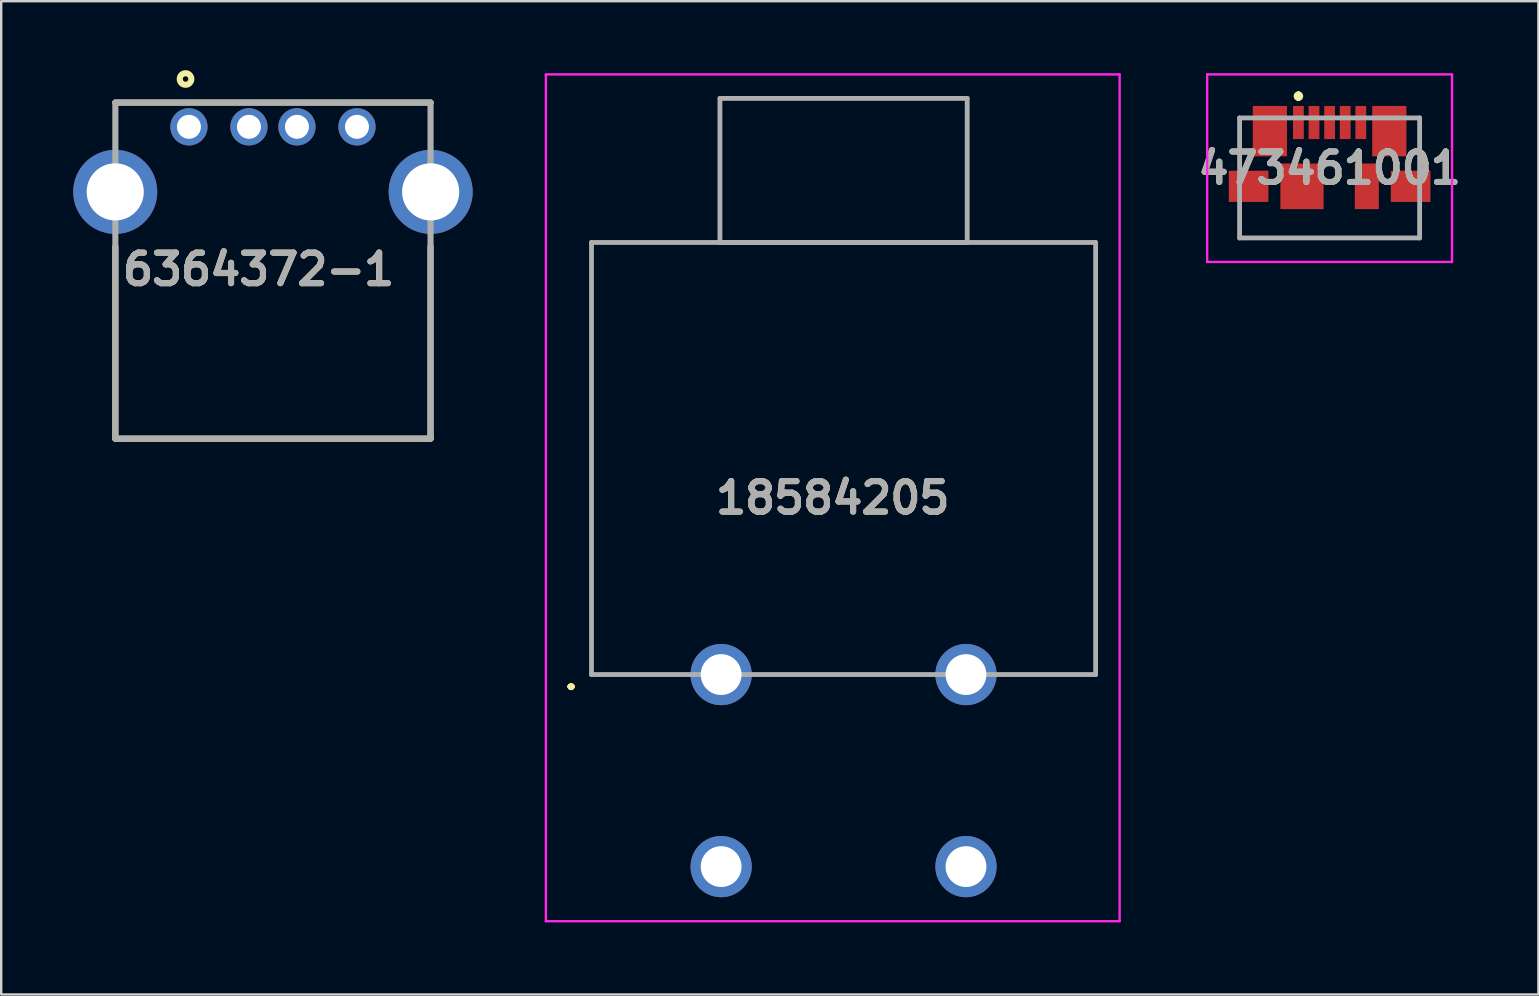
<source format=kicad_pcb>
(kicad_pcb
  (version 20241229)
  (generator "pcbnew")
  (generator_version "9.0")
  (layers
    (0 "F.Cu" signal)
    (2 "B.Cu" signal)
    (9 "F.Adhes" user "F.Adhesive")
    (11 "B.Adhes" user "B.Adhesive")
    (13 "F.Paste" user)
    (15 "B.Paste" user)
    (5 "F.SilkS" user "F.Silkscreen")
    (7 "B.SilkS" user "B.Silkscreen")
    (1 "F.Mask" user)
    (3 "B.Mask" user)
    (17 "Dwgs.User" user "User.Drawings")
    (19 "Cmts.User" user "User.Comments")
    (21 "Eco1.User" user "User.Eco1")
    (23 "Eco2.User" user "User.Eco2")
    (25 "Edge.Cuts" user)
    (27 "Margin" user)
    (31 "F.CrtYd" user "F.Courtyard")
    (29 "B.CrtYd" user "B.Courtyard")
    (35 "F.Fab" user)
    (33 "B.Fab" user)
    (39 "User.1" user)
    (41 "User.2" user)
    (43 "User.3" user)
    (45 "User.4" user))
  (footprint "6364372-1"
    (layer "F.Cu")
    (at 8.32 15.223)
    (property "Reference" "6364372-1" (at -0.597 -7.052 0) (layer "F.SilkS") (effects (font (size 1.27 1.27) (thickness 0.254))))
    (attr through_hole)
    (fp_line (start -6.565 -14) (end 6.565 -14) (stroke (width 0.254) (type solid)) (layer "F.SilkS"))
    (fp_line (start -6.565 0) (end -6.565 -8) (stroke (width 0.254) (type solid)) (layer "F.SilkS"))
    (fp_line (start 6.565 0) (end -6.565 0) (stroke (width 0.254) (type solid)) (layer "F.SilkS"))
    (fp_line (start 6.565 0) (end 6.565 -8) (stroke (width 0.254) (type solid)) (layer "F.SilkS"))
    (fp_circle (center -3.641 -14.982) (end -3.641 -14.868) (stroke (width 0.254) (type solid)) (fill no) (layer "F.SilkS"))
    (fp_line (start -6.565 -14) (end 6.565 -14) (stroke (width 0.254) (type solid)) (layer "F.Fab"))
    (fp_line (start -6.565 0) (end -6.565 -14) (stroke (width 0.254) (type solid)) (layer "F.Fab"))
    (fp_line (start 6.565 -14) (end 6.565 0) (stroke (width 0.254) (type solid)) (layer "F.Fab"))
    (fp_line (start 6.565 0) (end -6.565 0) (stroke (width 0.254) (type solid)) (layer "F.Fab"))
    (fp_text user "${REFERENCE}" (at -0.597 -7.052 0) (layer "F.Fab") (effects (font (size 1.27 1.27) (thickness 0.254))))
    (pad "1" thru_hole circle (at -3.5 -12.99) (size 1.55 1.55) (drill 1) (layers "*.Cu" "*.Mask"))
    (pad "2" thru_hole circle (at -1 -12.99) (size 1.55 1.55) (drill 1) (layers "*.Cu" "*.Mask"))
    (pad "3" thru_hole circle (at 1 -12.99) (size 1.55 1.55) (drill 1) (layers "*.Cu" "*.Mask"))
    (pad "4" thru_hole circle (at 3.5 -12.99) (size 1.55 1.55) (drill 1) (layers "*.Cu" "*.Mask"))
    (pad "5" thru_hole circle (at -6.57 -10.28) (size 3.5 3.5) (drill 2.38) (layers "*.Cu" "*.Mask"))
    (pad "6" thru_hole circle (at 6.57 -10.28) (size 3.5 3.5) (drill 2.38) (layers "*.Cu" "*.Mask")))
  (footprint "18584205"
    (layer "F.Cu")
    (at 26.99 25.05)
    (property "Reference" "18584205" (at 4.65 -7.363 0) (layer "F.SilkS") (effects (font (size 1.27 1.27) (thickness 0.254))))
    (attr through_hole)
    (fp_line (start -6.3 0.5) (end -6.3 0.5) (stroke (width 0.2) (type solid)) (layer "F.SilkS"))
    (fp_line (start -6.3 0.5) (end -6.3 0.5) (stroke (width 0.2) (type solid)) (layer "F.SilkS"))
    (fp_line (start -6.2 0.5) (end -6.2 0.5) (stroke (width 0.2) (type solid)) (layer "F.SilkS"))
    (fp_line (start -5.4 -18) (end -5.4 -18) (stroke (width 0.1) (type solid)) (layer "F.SilkS"))
    (fp_line (start -5.4 -18) (end -5.4 -18) (stroke (width 0.1) (type solid)) (layer "F.SilkS"))
    (fp_line (start -5.4 -18) (end -5.4 0) (stroke (width 0.1) (type solid)) (layer "F.SilkS"))
    (fp_line (start -5.4 -18) (end -0.05 -18) (stroke (width 0.1) (type solid)) (layer "F.SilkS"))
    (fp_line (start -5.4 0) (end -5.4 -18) (stroke (width 0.1) (type solid)) (layer "F.SilkS"))
    (fp_line (start -5.4 0) (end -5.4 0) (stroke (width 0.1) (type solid)) (layer "F.SilkS"))
    (fp_line (start -5.4 0) (end -5.4 0) (stroke (width 0.1) (type solid)) (layer "F.SilkS"))
    (fp_line (start -5.4 0) (end -1.9 0) (stroke (width 0.1) (type solid)) (layer "F.SilkS"))
    (fp_line (start -1.9 0) (end -5.4 0) (stroke (width 0.1) (type solid)) (layer "F.SilkS"))
    (fp_line (start -1.9 0) (end -1.9 0) (stroke (width 0.1) (type solid)) (layer "F.SilkS"))
    (fp_line (start -0.05 -24) (end -0.05 -24) (stroke (width 0.1) (type solid)) (layer "F.SilkS"))
    (fp_line (start -0.05 -24) (end -0.05 -24) (stroke (width 0.1) (type solid)) (layer "F.SilkS"))
    (fp_line (start -0.05 -24) (end -0.05 -18) (stroke (width 0.1) (type solid)) (layer "F.SilkS"))
    (fp_line (start -0.05 -24) (end 10.25 -24) (stroke (width 0.1) (type solid)) (layer "F.SilkS"))
    (fp_line (start -0.05 -18) (end -5.4 -18) (stroke (width 0.1) (type solid)) (layer "F.SilkS"))
    (fp_line (start -0.05 -18) (end -0.05 -24) (stroke (width 0.1) (type solid)) (layer "F.SilkS"))
    (fp_line (start -0.05 -18) (end -0.05 -18) (stroke (width 0.1) (type solid)) (layer "F.SilkS"))
    (fp_line (start -0.05 -18) (end -0.05 -18) (stroke (width 0.1) (type solid)) (layer "F.SilkS"))
    (fp_line (start -0.05 -18) (end -0.05 -18) (stroke (width 0.1) (type solid)) (layer "F.SilkS"))
    (fp_line (start -0.05 -18) (end 15.6 -18) (stroke (width 0.1) (type solid)) (layer "F.SilkS"))
    (fp_line (start 1.85 0) (end 1.85 0) (stroke (width 0.1) (type solid)) (layer "F.SilkS"))
    (fp_line (start 1.85 0) (end 8.35 0) (stroke (width 0.1) (type solid)) (layer "F.SilkS"))
    (fp_line (start 8.35 0) (end 1.85 0) (stroke (width 0.1) (type solid)) (layer "F.SilkS"))
    (fp_line (start 8.35 0) (end 8.35 0) (stroke (width 0.1) (type solid)) (layer "F.SilkS"))
    (fp_line (start 10.25 -24) (end -0.05 -24) (stroke (width 0.1) (type solid)) (layer "F.SilkS"))
    (fp_line (start 10.25 -24) (end 10.25 -24) (stroke (width 0.1) (type solid)) (layer "F.SilkS"))
    (fp_line (start 10.25 -24) (end 10.25 -24) (stroke (width 0.1) (type solid)) (layer "F.SilkS"))
    (fp_line (start 10.25 -24) (end 10.25 -18) (stroke (width 0.1) (type solid)) (layer "F.SilkS"))
    (fp_line (start 10.25 -18) (end 10.25 -24) (stroke (width 0.1) (type solid)) (layer "F.SilkS"))
    (fp_line (start 10.25 -18) (end 10.25 -18) (stroke (width 0.1) (type solid)) (layer "F.SilkS"))
    (fp_line (start 12.1 0) (end 12.1 0) (stroke (width 0.1) (type solid)) (layer "F.SilkS"))
    (fp_line (start 12.1 0) (end 15.6 0) (stroke (width 0.1) (type solid)) (layer "F.SilkS"))
    (fp_line (start 15.6 -18) (end -0.05 -18) (stroke (width 0.1) (type solid)) (layer "F.SilkS"))
    (fp_line (start 15.6 -18) (end 15.6 -18) (stroke (width 0.1) (type solid)) (layer "F.SilkS"))
    (fp_line (start 15.6 -18) (end 15.6 -18) (stroke (width 0.1) (type solid)) (layer "F.SilkS"))
    (fp_line (start 15.6 -18) (end 15.6 0) (stroke (width 0.1) (type solid)) (layer "F.SilkS"))
    (fp_line (start 15.6 0) (end 12.1 0) (stroke (width 0.1) (type solid)) (layer "F.SilkS"))
    (fp_line (start 15.6 0) (end 15.6 -18) (stroke (width 0.1) (type solid)) (layer "F.SilkS"))
    (fp_line (start 15.6 0) (end 15.6 0) (stroke (width 0.1) (type solid)) (layer "F.SilkS"))
    (fp_line (start 15.6 0) (end 15.6 0) (stroke (width 0.1) (type solid)) (layer "F.SilkS"))
    (fp_arc (start -6.3 0.5) (mid -6.25 0.45) (end -6.2 0.5) (stroke (width 0.2) (type solid)) (layer "F.SilkS"))
    (fp_arc (start -6.2 0.5) (mid -6.25 0.55) (end -6.3 0.5) (stroke (width 0.2) (type solid)) (layer "F.SilkS"))
    (fp_arc (start -6.2 0.5) (mid -6.25 0.55) (end -6.3 0.5) (stroke (width 0.2) (type solid)) (layer "F.SilkS"))
    (fp_line (start -7.3 -25) (end 16.6 -25) (stroke (width 0.1) (type solid)) (layer "F.CrtYd"))
    (fp_line (start -7.3 10.275) (end -7.3 -25) (stroke (width 0.1) (type solid)) (layer "F.CrtYd"))
    (fp_line (start 16.6 -25) (end 16.6 10.275) (stroke (width 0.1) (type solid)) (layer "F.CrtYd"))
    (fp_line (start 16.6 10.275) (end -7.3 10.275) (stroke (width 0.1) (type solid)) (layer "F.CrtYd"))
    (fp_line (start -5.4 -18) (end -5.4 0) (stroke (width 0.2) (type solid)) (layer "F.Fab"))
    (fp_line (start -5.4 0) (end 15.6 0) (stroke (width 0.2) (type solid)) (layer "F.Fab"))
    (fp_line (start -0.05 -24) (end -0.05 -18) (stroke (width 0.2) (type solid)) (layer "F.Fab"))
    (fp_line (start -0.05 -18) (end 10.25 -18) (stroke (width 0.2) (type solid)) (layer "F.Fab"))
    (fp_line (start 10.25 -24) (end -0.05 -24) (stroke (width 0.2) (type solid)) (layer "F.Fab"))
    (fp_line (start 10.25 -18) (end 10.25 -24) (stroke (width 0.2) (type solid)) (layer "F.Fab"))
    (fp_line (start 15.6 -18) (end -5.4 -18) (stroke (width 0.2) (type solid)) (layer "F.Fab"))
    (fp_line (start 15.6 0) (end 15.6 -18) (stroke (width 0.2) (type solid)) (layer "F.Fab"))
    (fp_text user "${REFERENCE}" (at 4.65 -7.363 0) (layer "F.Fab") (effects (font (size 1.27 1.27) (thickness 0.254))))
    (pad "1" thru_hole circle (at 0 0) (size 2.55 2.55) (drill 1.7) (layers "*.Cu" "*.Mask"))
    (pad "2" thru_hole circle (at 0 8) (size 2.55 2.55) (drill 1.7) (layers "*.Cu" "*.Mask"))
    (pad "3" thru_hole circle (at 10.2 8) (size 2.55 2.55) (drill 1.7) (layers "*.Cu" "*.Mask"))
    (pad "4" thru_hole circle (at 10.2 0) (size 2.55 2.55) (drill 1.7) (layers "*.Cu" "*.Mask")))
  (footprint "473461001"
    (layer "F.Cu")
    (at 52.337 3.956)
    (property "Reference" "473461001" (at 0 0 0) (layer "F.SilkS") (effects (font (size 1.27 1.27) (thickness 0.254))))
    (attr smd)
    (fp_line (start -3.75 -2.094) (end -3.75 -0.467) (stroke (width 0.1) (type solid)) (layer "F.SilkS"))
    (fp_line (start -1.3 -3.1) (end -1.3 -3.1) (stroke (width 0.2) (type solid)) (layer "F.SilkS"))
    (fp_line (start -1.3 -2.9) (end -1.3 -2.9) (stroke (width 0.2) (type solid)) (layer "F.SilkS"))
    (fp_line (start 3.75 -2.094) (end 3.75 -0.467) (stroke (width 0.1) (type solid)) (layer "F.SilkS"))
    (fp_line (start 3.75 2.906) (end -3.75 2.906) (stroke (width 0.1) (type solid)) (layer "F.SilkS"))
    (fp_arc (start -1.3 -3.1) (mid -1.2 -3) (end -1.3 -2.9) (stroke (width 0.2) (type solid)) (layer "F.SilkS"))
    (fp_arc (start -1.3 -2.9) (mid -1.4 -3) (end -1.3 -3.1) (stroke (width 0.2) (type solid)) (layer "F.SilkS"))
    (fp_line (start -5.1 -3.906) (end 5.1 -3.906) (stroke (width 0.1) (type solid)) (layer "F.CrtYd"))
    (fp_line (start -5.1 3.906) (end -5.1 -3.906) (stroke (width 0.1) (type solid)) (layer "F.CrtYd"))
    (fp_line (start 5.1 -3.906) (end 5.1 3.906) (stroke (width 0.1) (type solid)) (layer "F.CrtYd"))
    (fp_line (start 5.1 3.906) (end -5.1 3.906) (stroke (width 0.1) (type solid)) (layer "F.CrtYd"))
    (fp_line (start -3.75 -2.094) (end 3.75 -2.094) (stroke (width 0.2) (type solid)) (layer "F.Fab"))
    (fp_line (start -3.75 2.906) (end -3.75 -2.094) (stroke (width 0.2) (type solid)) (layer "F.Fab"))
    (fp_line (start 3.75 -2.094) (end 3.75 2.906) (stroke (width 0.2) (type solid)) (layer "F.Fab"))
    (fp_line (start 3.75 2.906) (end -3.75 2.906) (stroke (width 0.2) (type solid)) (layer "F.Fab"))
    (fp_text user "${REFERENCE}" (at 0 0 0) (layer "F.Fab") (effects (font (size 1.27 1.27) (thickness 0.254))))
    (pad "1" smd rect (at -1.3 -1.903) (size 0.45 1.38) (layers "F.Cu" "F.Mask" "F.Paste"))
    (pad "2" smd rect (at -0.65 -1.903) (size 0.45 1.38) (layers "F.Cu" "F.Mask" "F.Paste"))
    (pad "3" smd rect (at 0 -1.903) (size 0.45 1.38) (layers "F.Cu" "F.Mask" "F.Paste"))
    (pad "4" smd rect (at 0.65 -1.903) (size 0.45 1.38) (layers "F.Cu" "F.Mask" "F.Paste"))
    (pad "5" smd rect (at 1.3 -1.903) (size 0.45 1.38) (layers "F.Cu" "F.Mask" "F.Paste"))
    (pad "6" smd rect (at 2.487 -1.544) (size 1.425 2.1) (layers "F.Cu" "F.Mask" "F.Paste"))
    (pad "7" smd rect (at -2.487 -1.544) (size 1.425 2.1) (layers "F.Cu" "F.Mask" "F.Paste"))
    (pad "8" smd rect (at -1.15 0.756) (size 1.8 1.9) (layers "F.Cu" "F.Mask" "F.Paste"))
    (pad "9" smd rect (at 1.55 0.756) (size 1 1.9) (layers "F.Cu" "F.Mask" "F.Paste"))
    (pad "10" smd rect (at -3.375 0.756 90) (size 1.3 1.65) (layers "F.Cu" "F.Mask" "F.Paste"))
    (pad "11" smd rect (at 3.375 0.756 90) (size 1.3 1.65) (layers "F.Cu" "F.Mask" "F.Paste")))
  (gr_rect
    (start -3 -3)
    (end 61.034 38.375)
    (stroke (width 0.1) (type default))
    (fill no)
    (layer "Edge.Cuts")))
</source>
